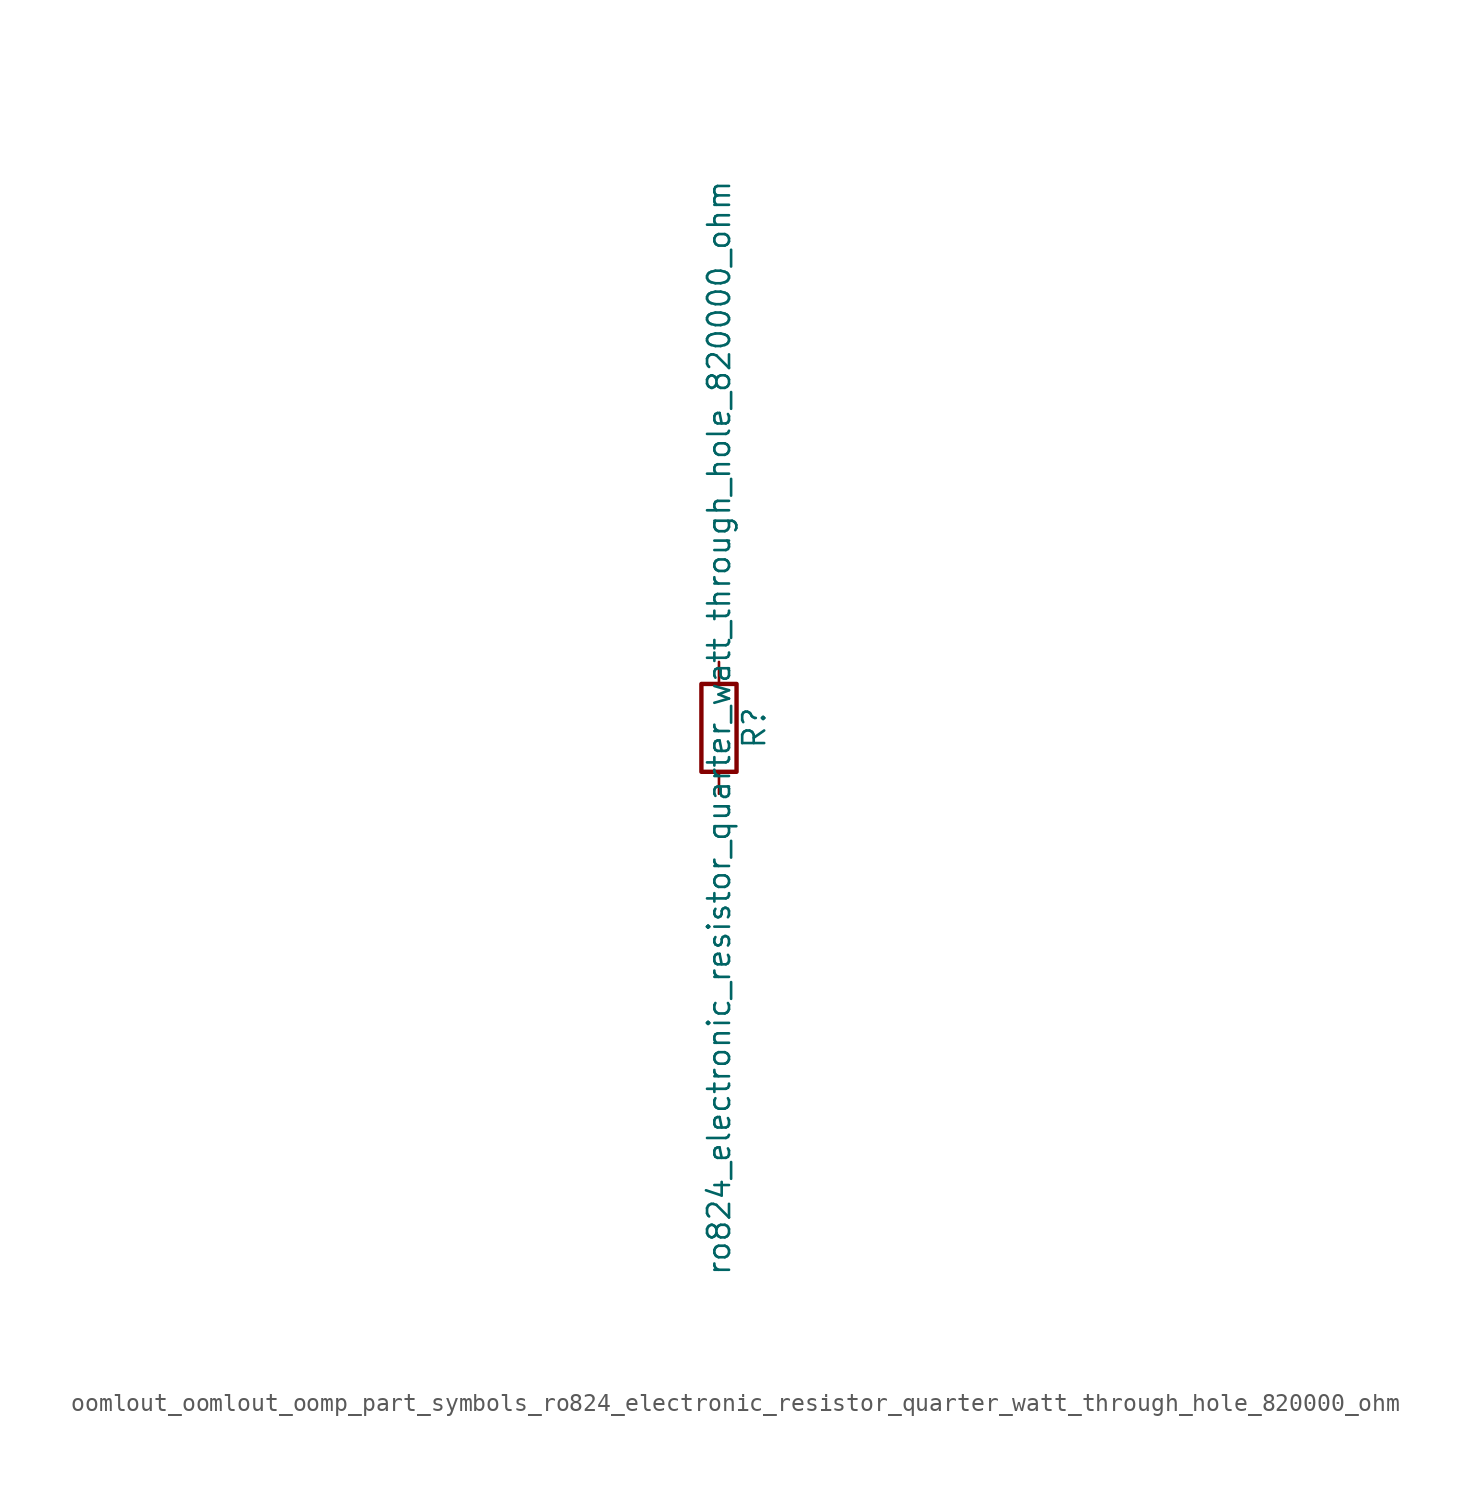
<source format=kicad_sym>
(kicad_symbol_lib
  (version 20220914)
  (generator kicad_symbol_editor)
  (symbol "oomlout_oomlout_oomp_part_symbols_ro824_electronic_resistor_quarter_watt_through_hole_820000_ohm"
    (pin_numbers hide)
    (pin_names
      (offset 0))
    (property "Reference" "R"
      (at 2.032 0 90)
      (effects (font (size 1.27 1.27))))
    (property "Value" "ro824_electronic_resistor_quarter_watt_through_hole_820000_ohm"
      (at 0 0 90)
      (effects (font (size 1.27 1.27))))
    (symbol "oomlout_oomlout_oomp_part_symbols_ro824_electronic_resistor_quarter_watt_through_hole_820000_ohm_0_1"
      (rectangle (start -1.016 -2.54) (end 1.016 2.54) (stroke (width 0.254) (type default)) (fill (type none))))
    (symbol "oomlout_oomlout_oomp_part_symbols_ro824_electronic_resistor_quarter_watt_through_hole_820000_ohm_1_1"
      (pin passive line (at 0 3.81 270) (length 1.27) (name "~" (effects (font (size 1.27 1.27)))) (number "1" (effects (font (size 1.27 1.27)))))
      (pin passive line (at 0 -3.81 90) (length 1.27) (name "~" (effects (font (size 1.27 1.27)))) (number "2" (effects (font (size 1.27 1.27))))))))
</source>
